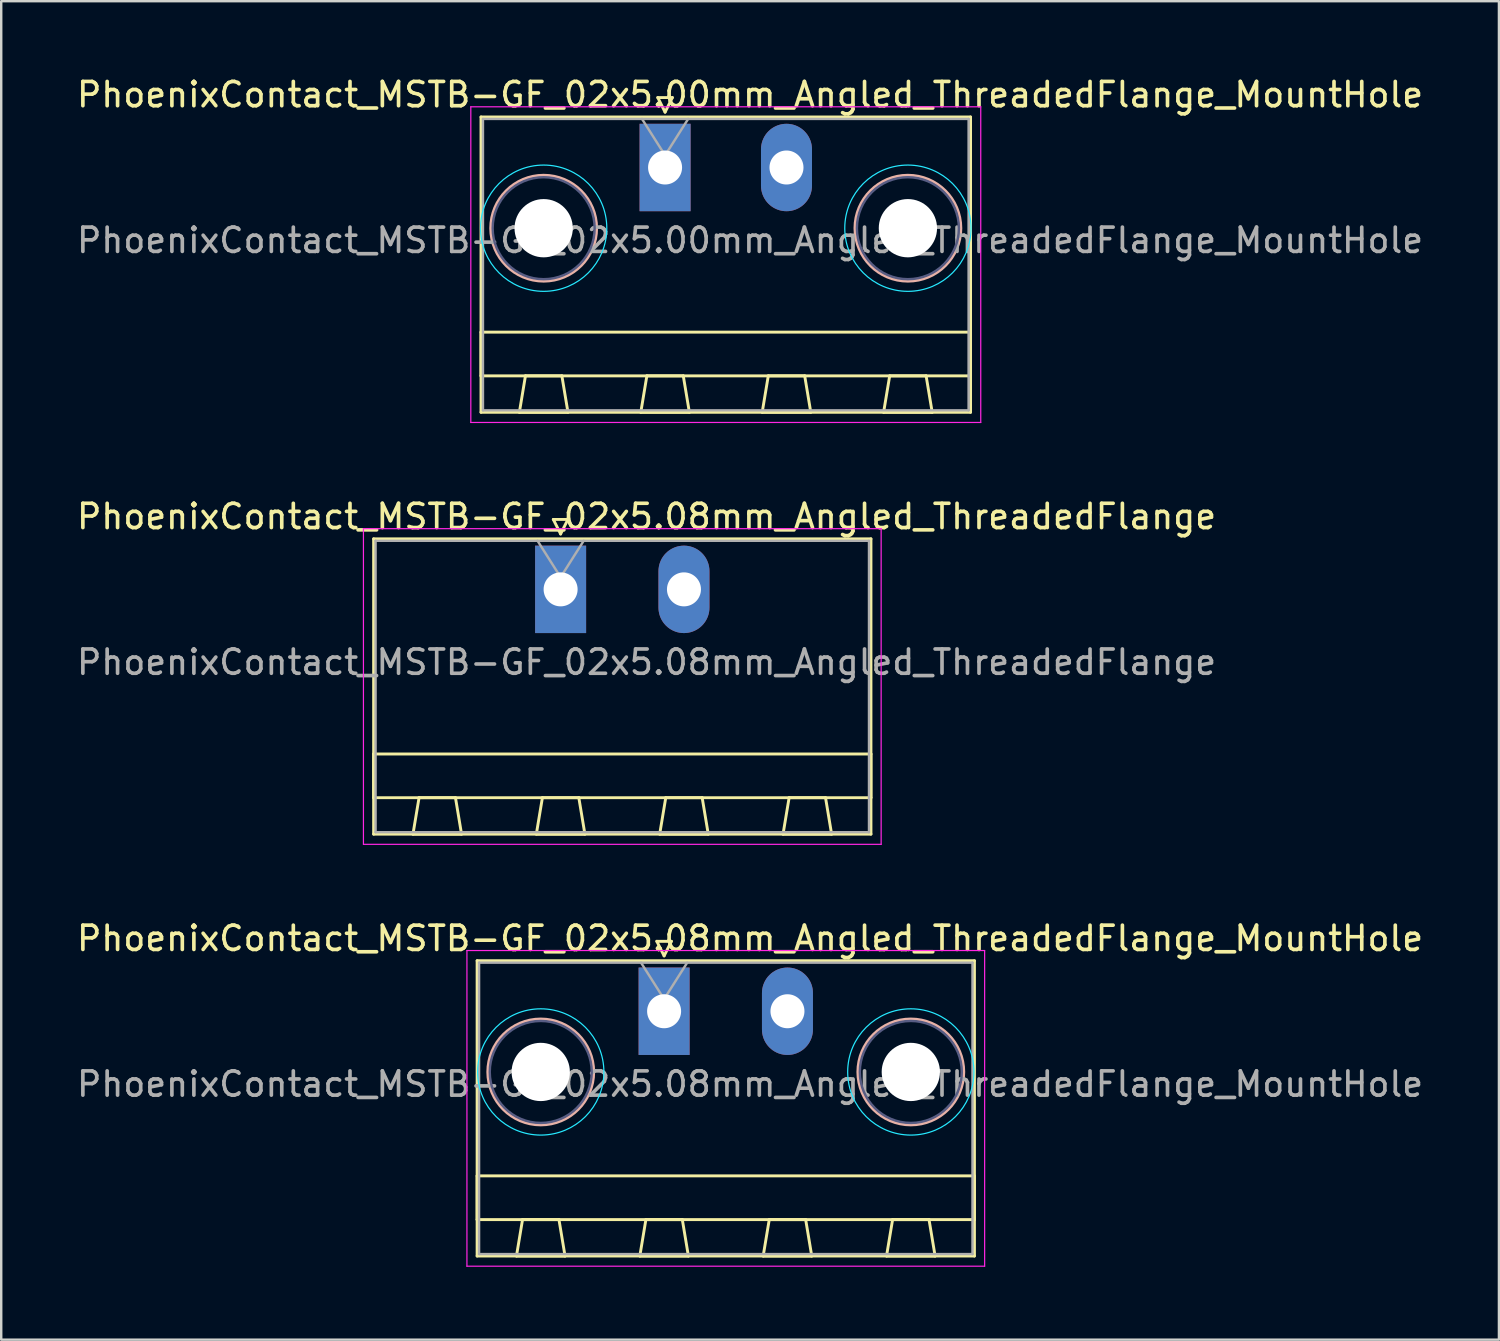
<source format=kicad_pcb>
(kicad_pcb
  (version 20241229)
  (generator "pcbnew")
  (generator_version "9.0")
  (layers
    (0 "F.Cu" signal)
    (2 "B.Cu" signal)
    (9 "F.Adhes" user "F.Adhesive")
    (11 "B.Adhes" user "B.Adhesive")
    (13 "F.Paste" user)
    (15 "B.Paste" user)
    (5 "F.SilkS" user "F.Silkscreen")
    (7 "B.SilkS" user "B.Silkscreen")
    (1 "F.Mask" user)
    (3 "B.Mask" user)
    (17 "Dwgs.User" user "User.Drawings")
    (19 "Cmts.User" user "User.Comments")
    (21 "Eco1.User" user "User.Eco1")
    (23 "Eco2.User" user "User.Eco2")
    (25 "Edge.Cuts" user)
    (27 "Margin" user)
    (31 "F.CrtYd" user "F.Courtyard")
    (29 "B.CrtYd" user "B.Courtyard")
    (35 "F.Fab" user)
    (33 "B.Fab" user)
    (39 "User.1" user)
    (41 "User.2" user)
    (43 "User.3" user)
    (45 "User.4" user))
  (footprint "PhoenixContact_MSTB-GF_02x5.00mm_Angled_ThreadedFlange_MountHole"
    (layer "F.Cu")
    (at 24.339 3.848)
    (property "Reference" "PhoenixContact_MSTB-GF_02x5.00mm_Angled_ThreadedFlange_MountHole" (at 3.5 -3 0) (layer "F.SilkS") (effects (font (size 1 1) (thickness 0.15))))
    (attr through_hole)
    (fp_line (start -7.58 -2.08) (end -7.58 10.08) (stroke (width 0.12) (type solid)) (layer "F.SilkS"))
    (fp_line (start -7.58 6.78) (end 12.58 6.78) (stroke (width 0.12) (type solid)) (layer "F.SilkS"))
    (fp_line (start -7.58 8.58) (end -7.58 6.78) (stroke (width 0.12) (type solid)) (layer "F.SilkS"))
    (fp_line (start -7.58 10.08) (end 12.58 10.08) (stroke (width 0.12) (type solid)) (layer "F.SilkS"))
    (fp_line (start -6 10.08) (end -4 10.08) (stroke (width 0.12) (type solid)) (layer "F.SilkS"))
    (fp_line (start -5.75 8.58) (end -6 10.08) (stroke (width 0.12) (type solid)) (layer "F.SilkS"))
    (fp_line (start -4.25 8.58) (end -5.75 8.58) (stroke (width 0.12) (type solid)) (layer "F.SilkS"))
    (fp_line (start -4 10.08) (end -4.25 8.58) (stroke (width 0.12) (type solid)) (layer "F.SilkS"))
    (fp_line (start -1 10.08) (end 1 10.08) (stroke (width 0.12) (type solid)) (layer "F.SilkS"))
    (fp_line (start -0.75 8.58) (end -1 10.08) (stroke (width 0.12) (type solid)) (layer "F.SilkS"))
    (fp_line (start -0.3 -2.88) (end 0.3 -2.88) (stroke (width 0.12) (type solid)) (layer "F.SilkS"))
    (fp_line (start 0 -2.28) (end -0.3 -2.88) (stroke (width 0.12) (type solid)) (layer "F.SilkS"))
    (fp_line (start 0.3 -2.88) (end 0 -2.28) (stroke (width 0.12) (type solid)) (layer "F.SilkS"))
    (fp_line (start 0.75 8.58) (end -0.75 8.58) (stroke (width 0.12) (type solid)) (layer "F.SilkS"))
    (fp_line (start 1 10.08) (end 0.75 8.58) (stroke (width 0.12) (type solid)) (layer "F.SilkS"))
    (fp_line (start 4 10.08) (end 6 10.08) (stroke (width 0.12) (type solid)) (layer "F.SilkS"))
    (fp_line (start 4.25 8.58) (end 4 10.08) (stroke (width 0.12) (type solid)) (layer "F.SilkS"))
    (fp_line (start 5.75 8.58) (end 4.25 8.58) (stroke (width 0.12) (type solid)) (layer "F.SilkS"))
    (fp_line (start 6 10.08) (end 5.75 8.58) (stroke (width 0.12) (type solid)) (layer "F.SilkS"))
    (fp_line (start 9 10.08) (end 11 10.08) (stroke (width 0.12) (type solid)) (layer "F.SilkS"))
    (fp_line (start 9.25 8.58) (end 9 10.08) (stroke (width 0.12) (type solid)) (layer "F.SilkS"))
    (fp_line (start 10.75 8.58) (end 9.25 8.58) (stroke (width 0.12) (type solid)) (layer "F.SilkS"))
    (fp_line (start 11 10.08) (end 10.75 8.58) (stroke (width 0.12) (type solid)) (layer "F.SilkS"))
    (fp_line (start 12.58 -2.08) (end -7.58 -2.08) (stroke (width 0.12) (type solid)) (layer "F.SilkS"))
    (fp_line (start 12.58 6.78) (end 12.58 8.58) (stroke (width 0.12) (type solid)) (layer "F.SilkS"))
    (fp_line (start 12.58 8.58) (end -7.58 8.58) (stroke (width 0.12) (type solid)) (layer "F.SilkS"))
    (fp_line (start 12.58 10.08) (end 12.58 -2.08) (stroke (width 0.12) (type solid)) (layer "F.SilkS"))
    (fp_circle (center -5 2.5) (end -2.82 2.5) (stroke (width 0.12) (type solid)) (fill no) (layer "B.SilkS"))
    (fp_circle (center 10 2.5) (end 12.18 2.5) (stroke (width 0.12) (type solid)) (fill no) (layer "B.SilkS"))
    (fp_circle (center -5 2.5) (end -2.4 2.5) (stroke (width 0.05) (type solid)) (fill no) (layer "B.CrtYd"))
    (fp_circle (center 10 2.5) (end 12.6 2.5) (stroke (width 0.05) (type solid)) (fill no) (layer "B.CrtYd"))
    (fp_line (start -8 -2.5) (end -8 10.5) (stroke (width 0.05) (type solid)) (layer "F.CrtYd"))
    (fp_line (start -8 10.5) (end 13 10.5) (stroke (width 0.05) (type solid)) (layer "F.CrtYd"))
    (fp_line (start 13 -2.5) (end -8 -2.5) (stroke (width 0.05) (type solid)) (layer "F.CrtYd"))
    (fp_line (start 13 10.5) (end 13 -2.5) (stroke (width 0.05) (type solid)) (layer "F.CrtYd"))
    (fp_circle (center -5 2.5) (end -2.9 2.5) (stroke (width 0.1) (type solid)) (fill no) (layer "B.Fab"))
    (fp_circle (center 10 2.5) (end 12.1 2.5) (stroke (width 0.1) (type solid)) (fill no) (layer "B.Fab"))
    (fp_line (start -7.5 -2) (end -7.5 10) (stroke (width 0.1) (type solid)) (layer "F.Fab"))
    (fp_line (start -7.5 10) (end 12.5 10) (stroke (width 0.1) (type solid)) (layer "F.Fab"))
    (fp_line (start 0 -0.5) (end -0.95 -2) (stroke (width 0.1) (type solid)) (layer "F.Fab"))
    (fp_line (start 0.95 -2) (end 0 -0.5) (stroke (width 0.1) (type solid)) (layer "F.Fab"))
    (fp_line (start 12.5 -2) (end -7.5 -2) (stroke (width 0.1) (type solid)) (layer "F.Fab"))
    (fp_line (start 12.5 10) (end 12.5 -2) (stroke (width 0.1) (type solid)) (layer "F.Fab"))
    (fp_text user "${REFERENCE}" (at 3.5 3 0) (layer "F.Fab") (effects (font (size 1 1) (thickness 0.15))))
    (pad "" np_thru_hole circle (at -5 2.5) (size 2.4 2.4) (drill 2.4) (layers "*.Cu" "*.Mask"))
    (pad "" np_thru_hole circle (at 10 2.5) (size 2.4 2.4) (drill 2.4) (layers "*.Cu" "*.Mask"))
    (pad "1" thru_hole rect (at 0 0) (size 2.1 3.6) (drill 1.4) (layers "*.Cu" "*.Mask"))
    (pad "2" thru_hole oval (at 5 0) (size 2.1 3.6) (drill 1.4) (layers "*.Cu" "*.Mask")))
  (footprint "PhoenixContact_MSTB-GF_02x5.08mm_Angled_ThreadedFlange_MountHole"
    (layer "F.Cu")
    (at 24.299 38.595)
    (property "Reference" "PhoenixContact_MSTB-GF_02x5.08mm_Angled_ThreadedFlange_MountHole" (at 3.54 -3 0) (layer "F.SilkS") (effects (font (size 1 1) (thickness 0.15))))
    (attr through_hole)
    (fp_line (start -7.7 -2.08) (end -7.7 10.08) (stroke (width 0.12) (type solid)) (layer "F.SilkS"))
    (fp_line (start -7.7 6.78) (end 12.78 6.78) (stroke (width 0.12) (type solid)) (layer "F.SilkS"))
    (fp_line (start -7.7 8.58) (end -7.7 6.78) (stroke (width 0.12) (type solid)) (layer "F.SilkS"))
    (fp_line (start -7.7 10.08) (end 12.78 10.08) (stroke (width 0.12) (type solid)) (layer "F.SilkS"))
    (fp_line (start -6.08 10.08) (end -4.08 10.08) (stroke (width 0.12) (type solid)) (layer "F.SilkS"))
    (fp_line (start -5.83 8.58) (end -6.08 10.08) (stroke (width 0.12) (type solid)) (layer "F.SilkS"))
    (fp_line (start -4.33 8.58) (end -5.83 8.58) (stroke (width 0.12) (type solid)) (layer "F.SilkS"))
    (fp_line (start -4.08 10.08) (end -4.33 8.58) (stroke (width 0.12) (type solid)) (layer "F.SilkS"))
    (fp_line (start -1 10.08) (end 1 10.08) (stroke (width 0.12) (type solid)) (layer "F.SilkS"))
    (fp_line (start -0.75 8.58) (end -1 10.08) (stroke (width 0.12) (type solid)) (layer "F.SilkS"))
    (fp_line (start -0.3 -2.88) (end 0.3 -2.88) (stroke (width 0.12) (type solid)) (layer "F.SilkS"))
    (fp_line (start 0 -2.28) (end -0.3 -2.88) (stroke (width 0.12) (type solid)) (layer "F.SilkS"))
    (fp_line (start 0.3 -2.88) (end 0 -2.28) (stroke (width 0.12) (type solid)) (layer "F.SilkS"))
    (fp_line (start 0.75 8.58) (end -0.75 8.58) (stroke (width 0.12) (type solid)) (layer "F.SilkS"))
    (fp_line (start 1 10.08) (end 0.75 8.58) (stroke (width 0.12) (type solid)) (layer "F.SilkS"))
    (fp_line (start 4.08 10.08) (end 6.08 10.08) (stroke (width 0.12) (type solid)) (layer "F.SilkS"))
    (fp_line (start 4.33 8.58) (end 4.08 10.08) (stroke (width 0.12) (type solid)) (layer "F.SilkS"))
    (fp_line (start 5.83 8.58) (end 4.33 8.58) (stroke (width 0.12) (type solid)) (layer "F.SilkS"))
    (fp_line (start 6.08 10.08) (end 5.83 8.58) (stroke (width 0.12) (type solid)) (layer "F.SilkS"))
    (fp_line (start 9.16 10.08) (end 11.16 10.08) (stroke (width 0.12) (type solid)) (layer "F.SilkS"))
    (fp_line (start 9.41 8.58) (end 9.16 10.08) (stroke (width 0.12) (type solid)) (layer "F.SilkS"))
    (fp_line (start 10.91 8.58) (end 9.41 8.58) (stroke (width 0.12) (type solid)) (layer "F.SilkS"))
    (fp_line (start 11.16 10.08) (end 10.91 8.58) (stroke (width 0.12) (type solid)) (layer "F.SilkS"))
    (fp_line (start 12.78 -2.08) (end -7.7 -2.08) (stroke (width 0.12) (type solid)) (layer "F.SilkS"))
    (fp_line (start 12.78 6.78) (end 12.78 8.58) (stroke (width 0.12) (type solid)) (layer "F.SilkS"))
    (fp_line (start 12.78 8.58) (end -7.7 8.58) (stroke (width 0.12) (type solid)) (layer "F.SilkS"))
    (fp_line (start 12.78 10.08) (end 12.78 -2.08) (stroke (width 0.12) (type solid)) (layer "F.SilkS"))
    (fp_circle (center -5.08 2.5) (end -2.9 2.5) (stroke (width 0.12) (type solid)) (fill no) (layer "B.SilkS"))
    (fp_circle (center 10.16 2.5) (end 12.34 2.5) (stroke (width 0.12) (type solid)) (fill no) (layer "B.SilkS"))
    (fp_circle (center -5.08 2.5) (end -2.48 2.5) (stroke (width 0.05) (type solid)) (fill no) (layer "B.CrtYd"))
    (fp_circle (center 10.16 2.5) (end 12.76 2.5) (stroke (width 0.05) (type solid)) (fill no) (layer "B.CrtYd"))
    (fp_line (start -8.12 -2.5) (end -8.12 10.5) (stroke (width 0.05) (type solid)) (layer "F.CrtYd"))
    (fp_line (start -8.12 10.5) (end 13.2 10.5) (stroke (width 0.05) (type solid)) (layer "F.CrtYd"))
    (fp_line (start 13.2 -2.5) (end -8.12 -2.5) (stroke (width 0.05) (type solid)) (layer "F.CrtYd"))
    (fp_line (start 13.2 10.5) (end 13.2 -2.5) (stroke (width 0.05) (type solid)) (layer "F.CrtYd"))
    (fp_circle (center -5.08 2.5) (end -2.98 2.5) (stroke (width 0.1) (type solid)) (fill no) (layer "B.Fab"))
    (fp_circle (center 10.16 2.5) (end 12.26 2.5) (stroke (width 0.1) (type solid)) (fill no) (layer "B.Fab"))
    (fp_line (start -7.62 -2) (end -7.62 10) (stroke (width 0.1) (type solid)) (layer "F.Fab"))
    (fp_line (start -7.62 10) (end 12.7 10) (stroke (width 0.1) (type solid)) (layer "F.Fab"))
    (fp_line (start 0 -0.5) (end -0.95 -2) (stroke (width 0.1) (type solid)) (layer "F.Fab"))
    (fp_line (start 0.95 -2) (end 0 -0.5) (stroke (width 0.1) (type solid)) (layer "F.Fab"))
    (fp_line (start 12.7 -2) (end -7.62 -2) (stroke (width 0.1) (type solid)) (layer "F.Fab"))
    (fp_line (start 12.7 10) (end 12.7 -2) (stroke (width 0.1) (type solid)) (layer "F.Fab"))
    (fp_text user "${REFERENCE}" (at 3.54 3 0) (layer "F.Fab") (effects (font (size 1 1) (thickness 0.15))))
    (pad "" np_thru_hole circle (at -5.08 2.5) (size 2.4 2.4) (drill 2.4) (layers "*.Cu" "*.Mask"))
    (pad "" np_thru_hole circle (at 10.16 2.5) (size 2.4 2.4) (drill 2.4) (layers "*.Cu" "*.Mask"))
    (pad "1" thru_hole rect (at 0 0) (size 2.1 3.6) (drill 1.4) (layers "*.Cu" "*.Mask"))
    (pad "2" thru_hole oval (at 5.08 0) (size 2.1 3.6) (drill 1.4) (layers "*.Cu" "*.Mask")))
  (footprint "PhoenixContact_MSTB-GF_02x5.08mm_Angled_ThreadedFlange"
    (layer "F.Cu")
    (at 20.037 21.221)
    (property "Reference" "PhoenixContact_MSTB-GF_02x5.08mm_Angled_ThreadedFlange" (at 3.54 -3 0) (layer "F.SilkS") (effects (font (size 1 1) (thickness 0.15))))
    (attr through_hole)
    (fp_line (start -7.7 -2.08) (end -7.7 10.08) (stroke (width 0.12) (type solid)) (layer "F.SilkS"))
    (fp_line (start -7.7 6.78) (end 12.78 6.78) (stroke (width 0.12) (type solid)) (layer "F.SilkS"))
    (fp_line (start -7.7 8.58) (end -7.7 6.78) (stroke (width 0.12) (type solid)) (layer "F.SilkS"))
    (fp_line (start -7.7 10.08) (end 12.78 10.08) (stroke (width 0.12) (type solid)) (layer "F.SilkS"))
    (fp_line (start -6.08 10.08) (end -4.08 10.08) (stroke (width 0.12) (type solid)) (layer "F.SilkS"))
    (fp_line (start -5.83 8.58) (end -6.08 10.08) (stroke (width 0.12) (type solid)) (layer "F.SilkS"))
    (fp_line (start -4.33 8.58) (end -5.83 8.58) (stroke (width 0.12) (type solid)) (layer "F.SilkS"))
    (fp_line (start -4.08 10.08) (end -4.33 8.58) (stroke (width 0.12) (type solid)) (layer "F.SilkS"))
    (fp_line (start -1 10.08) (end 1 10.08) (stroke (width 0.12) (type solid)) (layer "F.SilkS"))
    (fp_line (start -0.75 8.58) (end -1 10.08) (stroke (width 0.12) (type solid)) (layer "F.SilkS"))
    (fp_line (start -0.3 -2.88) (end 0.3 -2.88) (stroke (width 0.12) (type solid)) (layer "F.SilkS"))
    (fp_line (start 0 -2.28) (end -0.3 -2.88) (stroke (width 0.12) (type solid)) (layer "F.SilkS"))
    (fp_line (start 0.3 -2.88) (end 0 -2.28) (stroke (width 0.12) (type solid)) (layer "F.SilkS"))
    (fp_line (start 0.75 8.58) (end -0.75 8.58) (stroke (width 0.12) (type solid)) (layer "F.SilkS"))
    (fp_line (start 1 10.08) (end 0.75 8.58) (stroke (width 0.12) (type solid)) (layer "F.SilkS"))
    (fp_line (start 4.08 10.08) (end 6.08 10.08) (stroke (width 0.12) (type solid)) (layer "F.SilkS"))
    (fp_line (start 4.33 8.58) (end 4.08 10.08) (stroke (width 0.12) (type solid)) (layer "F.SilkS"))
    (fp_line (start 5.83 8.58) (end 4.33 8.58) (stroke (width 0.12) (type solid)) (layer "F.SilkS"))
    (fp_line (start 6.08 10.08) (end 5.83 8.58) (stroke (width 0.12) (type solid)) (layer "F.SilkS"))
    (fp_line (start 9.16 10.08) (end 11.16 10.08) (stroke (width 0.12) (type solid)) (layer "F.SilkS"))
    (fp_line (start 9.41 8.58) (end 9.16 10.08) (stroke (width 0.12) (type solid)) (layer "F.SilkS"))
    (fp_line (start 10.91 8.58) (end 9.41 8.58) (stroke (width 0.12) (type solid)) (layer "F.SilkS"))
    (fp_line (start 11.16 10.08) (end 10.91 8.58) (stroke (width 0.12) (type solid)) (layer "F.SilkS"))
    (fp_line (start 12.78 -2.08) (end -7.7 -2.08) (stroke (width 0.12) (type solid)) (layer "F.SilkS"))
    (fp_line (start 12.78 6.78) (end 12.78 8.58) (stroke (width 0.12) (type solid)) (layer "F.SilkS"))
    (fp_line (start 12.78 8.58) (end -7.7 8.58) (stroke (width 0.12) (type solid)) (layer "F.SilkS"))
    (fp_line (start 12.78 10.08) (end 12.78 -2.08) (stroke (width 0.12) (type solid)) (layer "F.SilkS"))
    (fp_line (start -8.12 -2.5) (end -8.12 10.5) (stroke (width 0.05) (type solid)) (layer "F.CrtYd"))
    (fp_line (start -8.12 10.5) (end 13.2 10.5) (stroke (width 0.05) (type solid)) (layer "F.CrtYd"))
    (fp_line (start 13.2 -2.5) (end -8.12 -2.5) (stroke (width 0.05) (type solid)) (layer "F.CrtYd"))
    (fp_line (start 13.2 10.5) (end 13.2 -2.5) (stroke (width 0.05) (type solid)) (layer "F.CrtYd"))
    (fp_line (start -7.62 -2) (end -7.62 10) (stroke (width 0.1) (type solid)) (layer "F.Fab"))
    (fp_line (start -7.62 10) (end 12.7 10) (stroke (width 0.1) (type solid)) (layer "F.Fab"))
    (fp_line (start 0 -0.5) (end -0.95 -2) (stroke (width 0.1) (type solid)) (layer "F.Fab"))
    (fp_line (start 0.95 -2) (end 0 -0.5) (stroke (width 0.1) (type solid)) (layer "F.Fab"))
    (fp_line (start 12.7 -2) (end -7.62 -2) (stroke (width 0.1) (type solid)) (layer "F.Fab"))
    (fp_line (start 12.7 10) (end 12.7 -2) (stroke (width 0.1) (type solid)) (layer "F.Fab"))
    (fp_text user "${REFERENCE}" (at 3.54 3 0) (layer "F.Fab") (effects (font (size 1 1) (thickness 0.15))))
    (pad "1" thru_hole rect (at 0 0) (size 2.1 3.6) (drill 1.4) (layers "*.Cu" "*.Mask"))
    (pad "2" thru_hole oval (at 5.08 0) (size 2.1 3.6) (drill 1.4) (layers "*.Cu" "*.Mask")))
  (gr_rect
    (start -3 -3)
    (end 58.679 52.12)
    (stroke (width 0.1) (type default))
    (fill no)
    (layer "Edge.Cuts")))
</source>
